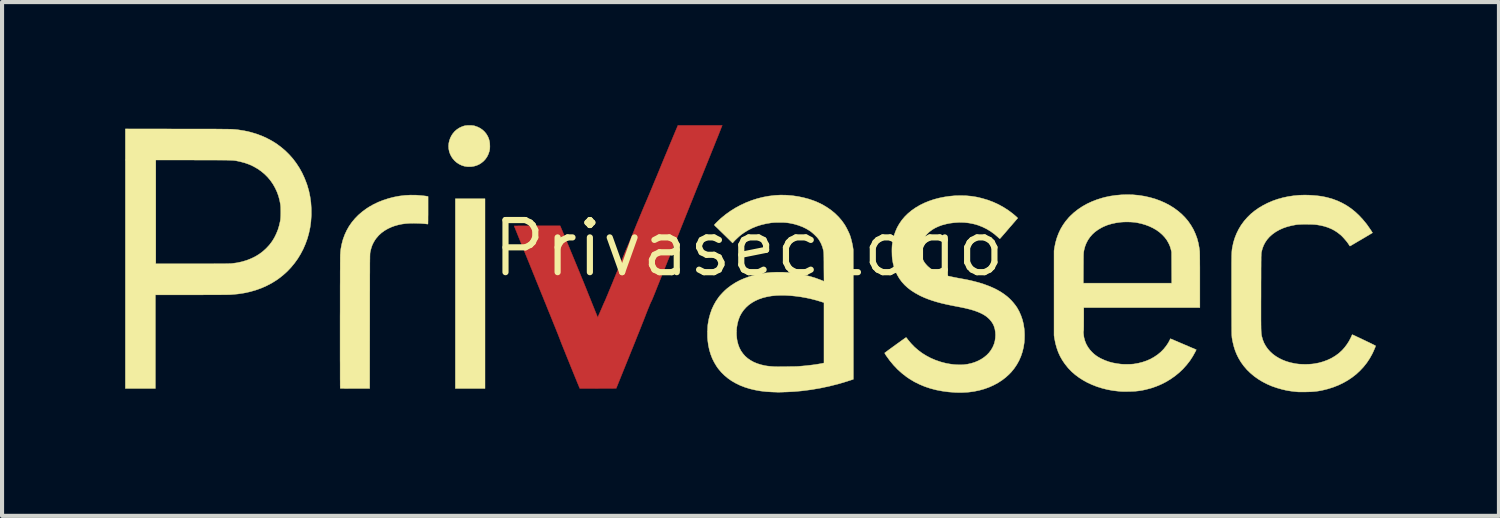
<source format=kicad_pcb>
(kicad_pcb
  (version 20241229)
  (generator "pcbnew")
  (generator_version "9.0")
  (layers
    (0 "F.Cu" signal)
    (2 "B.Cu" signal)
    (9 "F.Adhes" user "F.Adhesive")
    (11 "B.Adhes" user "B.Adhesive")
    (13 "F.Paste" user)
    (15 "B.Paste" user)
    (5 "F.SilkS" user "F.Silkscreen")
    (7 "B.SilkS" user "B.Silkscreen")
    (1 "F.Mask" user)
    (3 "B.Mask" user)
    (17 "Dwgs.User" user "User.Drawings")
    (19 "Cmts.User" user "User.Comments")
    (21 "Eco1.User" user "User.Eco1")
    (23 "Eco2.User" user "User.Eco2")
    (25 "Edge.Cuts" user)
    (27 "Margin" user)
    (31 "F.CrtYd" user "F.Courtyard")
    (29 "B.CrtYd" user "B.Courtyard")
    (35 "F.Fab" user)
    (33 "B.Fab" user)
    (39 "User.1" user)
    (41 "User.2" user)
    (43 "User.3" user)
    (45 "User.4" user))
  (footprint "PrivasecLogo"
    (layer "F.Cu")
    (at 15.194 3.002)
    (property "Reference" "PrivasecLogo" (at 0 0 0) (layer "F.SilkS") (effects (font (size 1.27 1.27) (thickness 0.15))))
    (attr through_hole)
    (fp_poly (pts (xy -0.655 -2.973) (xy -0.672 -2.931) (xy -0.692 -2.88) (xy -0.715 -2.822) (xy -0.74 -2.758) (xy -0.768 -2.689) (xy -0.798 -2.615) (xy -0.829 -2.538) (xy -0.86 -2.459) (xy -0.893 -2.379) (xy -0.925 -2.299) (xy -0.957 -2.22) (xy -0.988 -2.143) (xy -1.018 -2.069) (xy -1.046 -2) (xy -1.072 -1.935) (xy -1.096 -1.876) (xy -1.116 -1.825) (xy -1.12 -1.816) (xy -1.204 -1.61) (xy -1.284 -1.414) (xy -1.359 -1.226) (xy -1.431 -1.048) (xy -1.499 -0.879) (xy -1.563 -0.719) (xy -1.608 -0.607) (xy -1.625 -0.565) (xy -1.645 -0.515) (xy -1.668 -0.457) (xy -1.693 -0.393) (xy -1.721 -0.323) (xy -1.751 -0.248) (xy -1.783 -0.17) (xy -1.815 -0.089) (xy -1.849 -0.005) (xy -1.883 0.079) (xy -1.916 0.163) (xy -1.95 0.246) (xy -1.971 0.297) (xy -2.003 0.377) (xy -2.035 0.456) (xy -2.066 0.535) (xy -2.097 0.612) (xy -2.127 0.686) (xy -2.156 0.757) (xy -2.183 0.825) (xy -2.208 0.887) (xy -2.231 0.944) (xy -2.251 0.994) (xy -2.268 1.038) (xy -2.282 1.073) (xy -2.292 1.097) (xy -2.308 1.138) (xy -2.323 1.175) (xy -2.337 1.208) (xy -2.349 1.236) (xy -2.358 1.258) (xy -2.364 1.273) (xy -2.368 1.28) (xy -2.368 1.28) (xy -2.372 1.287) (xy -2.379 1.301) (xy -2.39 1.324) (xy -2.403 1.354) (xy -2.418 1.389) (xy -2.434 1.43) (xy -2.453 1.474) (xy -2.472 1.523) (xy -2.492 1.573) (xy -2.512 1.625) (xy -2.524 1.656) (xy -2.535 1.684) (xy -2.549 1.72) (xy -2.566 1.764) (xy -2.587 1.816) (xy -2.61 1.874) (xy -2.635 1.938) (xy -2.663 2.008) (xy -2.693 2.083) (xy -2.725 2.161) (xy -2.757 2.243) (xy -2.791 2.327) (xy -2.826 2.414) (xy -2.862 2.502) (xy -2.897 2.59) (xy -2.915 2.634) (xy -3.229 3.411) (xy -3.672 3.413) (xy -4.115 3.414) (xy -4.125 3.392) (xy -4.132 3.375) (xy -4.143 3.348) (xy -4.157 3.314) (xy -4.174 3.274) (xy -4.193 3.227) (xy -4.215 3.174) (xy -4.238 3.117) (xy -4.263 3.057) (xy -4.288 2.994) (xy -4.315 2.928) (xy -4.342 2.861) (xy -4.369 2.794) (xy -4.396 2.727) (xy -4.423 2.661) (xy -4.449 2.597) (xy -4.473 2.536) (xy -4.496 2.479) (xy -4.518 2.426) (xy -4.537 2.378) (xy -4.554 2.336) (xy -4.568 2.3) (xy -4.579 2.273) (xy -4.586 2.253) (xy -4.587 2.25) (xy -4.595 2.229) (xy -4.604 2.206) (xy -4.614 2.181) (xy -4.624 2.154) (xy -4.636 2.123) (xy -4.649 2.09) (xy -4.664 2.052) (xy -4.681 2.01) (xy -4.7 1.963) (xy -4.721 1.91) (xy -4.745 1.852) (xy -4.771 1.787) (xy -4.8 1.715) (xy -4.832 1.635) (xy -4.868 1.548) (xy -4.907 1.452) (xy -4.945 1.356) (xy -4.961 1.318) (xy -4.98 1.271) (xy -5.002 1.216) (xy -5.027 1.154) (xy -5.055 1.087) (xy -5.084 1.014) (xy -5.115 0.938) (xy -5.147 0.858) (xy -5.181 0.776) (xy -5.214 0.692) (xy -5.249 0.608) (xy -5.282 0.524) (xy -5.314 0.447) (xy -5.346 0.366) (xy -5.379 0.286) (xy -5.411 0.207) (xy -5.443 0.129) (xy -5.473 0.054) (xy -5.502 -0.018) (xy -5.529 -0.086) (xy -5.555 -0.149) (xy -5.578 -0.206) (xy -5.599 -0.257) (xy -5.617 -0.302) (xy -5.632 -0.338) (xy -5.643 -0.366) (xy -5.644 -0.369) (xy -5.66 -0.409) (xy -5.675 -0.445) (xy -5.688 -0.478) (xy -5.699 -0.505) (xy -5.708 -0.526) (xy -5.713 -0.54) (xy -5.715 -0.546) (xy -5.715 -0.546) (xy -5.71 -0.546) (xy -5.696 -0.547) (xy -5.672 -0.547) (xy -5.641 -0.547) (xy -5.601 -0.548) (xy -5.555 -0.548) (xy -5.503 -0.548) (xy -5.445 -0.548) (xy -5.382 -0.548) (xy -5.315 -0.549) (xy -5.244 -0.549) (xy -5.17 -0.549) (xy -5.154 -0.549) (xy -4.594 -0.549) (xy -4.503 -0.331) (xy -4.444 -0.189) (xy -4.388 -0.055) (xy -4.336 0.071) (xy -4.287 0.189) (xy -4.241 0.3) (xy -4.198 0.404) (xy -4.158 0.501) (xy -4.12 0.593) (xy -4.085 0.68) (xy -4.051 0.762) (xy -4.019 0.84) (xy -3.989 0.915) (xy -3.96 0.986) (xy -3.932 1.055) (xy -3.917 1.095) (xy -3.892 1.156) (xy -3.867 1.217) (xy -3.843 1.277) (xy -3.82 1.335) (xy -3.798 1.389) (xy -3.778 1.439) (xy -3.76 1.483) (xy -3.745 1.521) (xy -3.733 1.552) (xy -3.724 1.572) (xy -3.679 1.683) (xy -3.668 1.658) (xy -3.664 1.648) (xy -3.656 1.629) (xy -3.645 1.604) (xy -3.631 1.573) (xy -3.616 1.538) (xy -3.599 1.499) (xy -3.581 1.458) (xy -3.58 1.455) (xy -3.563 1.416) (xy -3.547 1.379) (xy -3.533 1.346) (xy -3.52 1.318) (xy -3.51 1.296) (xy -3.504 1.282) (xy -3.5 1.275) (xy -3.5 1.275) (xy -3.498 1.27) (xy -3.492 1.257) (xy -3.483 1.235) (xy -3.471 1.206) (xy -3.456 1.17) (xy -3.438 1.128) (xy -3.419 1.081) (xy -3.397 1.028) (xy -3.374 0.972) (xy -3.349 0.912) (xy -3.323 0.85) (xy -3.297 0.785) (xy -3.27 0.719) (xy -3.242 0.652) (xy -3.215 0.585) (xy -3.187 0.519) (xy -3.161 0.454) (xy -3.135 0.39) (xy -3.11 0.329) (xy -3.086 0.271) (xy -3.064 0.217) (xy -3.044 0.168) (xy -3.026 0.124) (xy -3.01 0.085) (xy -2.997 0.053) (xy -2.987 0.028) (xy -2.98 0.011) (xy -2.977 0.003) (xy -2.977 0.002) (xy -2.974 -0.004) (xy -2.97 -0.01) (xy -2.967 -0.016) (xy -2.96 -0.03) (xy -2.951 -0.053) (xy -2.938 -0.083) (xy -2.922 -0.119) (xy -2.905 -0.162) (xy -2.885 -0.211) (xy -2.863 -0.264) (xy -2.839 -0.321) (xy -2.814 -0.381) (xy -2.788 -0.444) (xy -2.782 -0.46) (xy -2.754 -0.528) (xy -2.726 -0.598) (xy -2.697 -0.667) (xy -2.669 -0.735) (xy -2.642 -0.801) (xy -2.616 -0.863) (xy -2.592 -0.921) (xy -2.57 -0.973) (xy -2.551 -1.019) (xy -2.535 -1.057) (xy -2.525 -1.079) (xy -2.513 -1.106) (xy -2.499 -1.141) (xy -2.48 -1.184) (xy -2.459 -1.234) (xy -2.436 -1.29) (xy -2.409 -1.353) (xy -2.381 -1.42) (xy -2.351 -1.492) (xy -2.32 -1.567) (xy -2.288 -1.645) (xy -2.254 -1.726) (xy -2.22 -1.807) (xy -2.186 -1.89) (xy -2.168 -1.933) (xy -2.134 -2.016) (xy -2.1 -2.099) (xy -2.066 -2.181) (xy -2.033 -2.261) (xy -2 -2.339) (xy -1.969 -2.414) (xy -1.94 -2.485) (xy -1.912 -2.552) (xy -1.886 -2.613) (xy -1.863 -2.668) (xy -1.843 -2.717) (xy -1.826 -2.758) (xy -1.812 -2.79) (xy -1.807 -2.803) (xy -1.725 -2.997) (xy -1.185 -2.997) (xy -0.645 -2.997) (xy -0.655 -2.973)) (stroke (width 0.01) (type solid)) (fill yes) (layer "F.Cu"))
    (fp_poly (pts (xy -0.655 -2.973) (xy -0.672 -2.931) (xy -0.692 -2.88) (xy -0.715 -2.822) (xy -0.74 -2.758) (xy -0.768 -2.689) (xy -0.798 -2.615) (xy -0.829 -2.538) (xy -0.86 -2.459) (xy -0.893 -2.379) (xy -0.925 -2.299) (xy -0.957 -2.22) (xy -0.988 -2.143) (xy -1.018 -2.069) (xy -1.046 -2) (xy -1.072 -1.935) (xy -1.096 -1.876) (xy -1.116 -1.825) (xy -1.12 -1.816) (xy -1.204 -1.61) (xy -1.284 -1.414) (xy -1.359 -1.226) (xy -1.431 -1.048) (xy -1.499 -0.879) (xy -1.563 -0.719) (xy -1.608 -0.607) (xy -1.625 -0.565) (xy -1.645 -0.515) (xy -1.668 -0.457) (xy -1.693 -0.393) (xy -1.721 -0.323) (xy -1.751 -0.248) (xy -1.783 -0.17) (xy -1.815 -0.089) (xy -1.849 -0.005) (xy -1.883 0.079) (xy -1.916 0.163) (xy -1.95 0.246) (xy -1.971 0.297) (xy -2.003 0.377) (xy -2.035 0.456) (xy -2.066 0.535) (xy -2.097 0.612) (xy -2.127 0.686) (xy -2.156 0.757) (xy -2.183 0.825) (xy -2.208 0.887) (xy -2.231 0.944) (xy -2.251 0.994) (xy -2.268 1.038) (xy -2.282 1.073) (xy -2.292 1.097) (xy -2.308 1.138) (xy -2.323 1.175) (xy -2.337 1.208) (xy -2.349 1.236) (xy -2.358 1.258) (xy -2.364 1.273) (xy -2.368 1.28) (xy -2.368 1.28) (xy -2.372 1.287) (xy -2.379 1.301) (xy -2.39 1.324) (xy -2.403 1.354) (xy -2.418 1.389) (xy -2.434 1.43) (xy -2.453 1.474) (xy -2.472 1.523) (xy -2.492 1.573) (xy -2.512 1.625) (xy -2.524 1.656) (xy -2.535 1.684) (xy -2.549 1.72) (xy -2.566 1.764) (xy -2.587 1.816) (xy -2.61 1.874) (xy -2.635 1.938) (xy -2.663 2.008) (xy -2.693 2.083) (xy -2.725 2.161) (xy -2.757 2.243) (xy -2.791 2.327) (xy -2.826 2.414) (xy -2.862 2.502) (xy -2.897 2.59) (xy -2.915 2.634) (xy -3.229 3.411) (xy -3.672 3.413) (xy -4.115 3.414) (xy -4.125 3.392) (xy -4.132 3.375) (xy -4.143 3.348) (xy -4.157 3.314) (xy -4.174 3.274) (xy -4.193 3.227) (xy -4.215 3.174) (xy -4.238 3.117) (xy -4.263 3.057) (xy -4.288 2.994) (xy -4.315 2.928) (xy -4.342 2.861) (xy -4.369 2.794) (xy -4.396 2.727) (xy -4.423 2.661) (xy -4.449 2.597) (xy -4.473 2.536) (xy -4.496 2.479) (xy -4.518 2.426) (xy -4.537 2.378) (xy -4.554 2.336) (xy -4.568 2.3) (xy -4.579 2.273) (xy -4.586 2.253) (xy -4.587 2.25) (xy -4.595 2.229) (xy -4.604 2.206) (xy -4.614 2.181) (xy -4.624 2.154) (xy -4.636 2.123) (xy -4.649 2.09) (xy -4.664 2.052) (xy -4.681 2.01) (xy -4.7 1.963) (xy -4.721 1.91) (xy -4.745 1.852) (xy -4.771 1.787) (xy -4.8 1.715) (xy -4.832 1.635) (xy -4.868 1.548) (xy -4.907 1.452) (xy -4.945 1.356) (xy -4.961 1.318) (xy -4.98 1.271) (xy -5.002 1.216) (xy -5.027 1.154) (xy -5.055 1.087) (xy -5.084 1.014) (xy -5.115 0.938) (xy -5.147 0.858) (xy -5.181 0.776) (xy -5.214 0.692) (xy -5.249 0.608) (xy -5.282 0.524) (xy -5.314 0.447) (xy -5.346 0.366) (xy -5.379 0.286) (xy -5.411 0.207) (xy -5.443 0.129) (xy -5.473 0.054) (xy -5.502 -0.018) (xy -5.529 -0.086) (xy -5.555 -0.149) (xy -5.578 -0.206) (xy -5.599 -0.257) (xy -5.617 -0.302) (xy -5.632 -0.338) (xy -5.643 -0.366) (xy -5.644 -0.369) (xy -5.66 -0.409) (xy -5.675 -0.445) (xy -5.688 -0.478) (xy -5.699 -0.505) (xy -5.708 -0.526) (xy -5.713 -0.54) (xy -5.715 -0.546) (xy -5.715 -0.546) (xy -5.71 -0.546) (xy -5.696 -0.547) (xy -5.672 -0.547) (xy -5.641 -0.547) (xy -5.601 -0.548) (xy -5.555 -0.548) (xy -5.503 -0.548) (xy -5.445 -0.548) (xy -5.382 -0.548) (xy -5.315 -0.549) (xy -5.244 -0.549) (xy -5.17 -0.549) (xy -5.154 -0.549) (xy -4.594 -0.549) (xy -4.503 -0.331) (xy -4.444 -0.189) (xy -4.388 -0.055) (xy -4.336 0.071) (xy -4.287 0.189) (xy -4.241 0.3) (xy -4.198 0.404) (xy -4.158 0.501) (xy -4.12 0.593) (xy -4.085 0.68) (xy -4.051 0.762) (xy -4.019 0.84) (xy -3.989 0.915) (xy -3.96 0.986) (xy -3.932 1.055) (xy -3.917 1.095) (xy -3.892 1.156) (xy -3.867 1.217) (xy -3.843 1.277) (xy -3.82 1.335) (xy -3.798 1.389) (xy -3.778 1.439) (xy -3.76 1.483) (xy -3.745 1.521) (xy -3.733 1.552) (xy -3.724 1.572) (xy -3.679 1.683) (xy -3.668 1.658) (xy -3.664 1.648) (xy -3.656 1.629) (xy -3.645 1.604) (xy -3.631 1.573) (xy -3.616 1.538) (xy -3.599 1.499) (xy -3.581 1.458) (xy -3.58 1.455) (xy -3.563 1.416) (xy -3.547 1.379) (xy -3.533 1.346) (xy -3.52 1.318) (xy -3.51 1.296) (xy -3.504 1.282) (xy -3.5 1.275) (xy -3.5 1.275) (xy -3.498 1.27) (xy -3.492 1.257) (xy -3.483 1.235) (xy -3.471 1.206) (xy -3.456 1.17) (xy -3.438 1.128) (xy -3.419 1.081) (xy -3.397 1.028) (xy -3.374 0.972) (xy -3.349 0.912) (xy -3.323 0.85) (xy -3.297 0.785) (xy -3.27 0.719) (xy -3.242 0.652) (xy -3.215 0.585) (xy -3.187 0.519) (xy -3.161 0.454) (xy -3.135 0.39) (xy -3.11 0.329) (xy -3.086 0.271) (xy -3.064 0.217) (xy -3.044 0.168) (xy -3.026 0.124) (xy -3.01 0.085) (xy -2.997 0.053) (xy -2.987 0.028) (xy -2.98 0.011) (xy -2.977 0.003) (xy -2.977 0.002) (xy -2.974 -0.004) (xy -2.97 -0.01) (xy -2.967 -0.016) (xy -2.96 -0.03) (xy -2.951 -0.053) (xy -2.938 -0.083) (xy -2.922 -0.119) (xy -2.905 -0.162) (xy -2.885 -0.211) (xy -2.863 -0.264) (xy -2.839 -0.321) (xy -2.814 -0.381) (xy -2.788 -0.444) (xy -2.782 -0.46) (xy -2.754 -0.528) (xy -2.726 -0.598) (xy -2.697 -0.667) (xy -2.669 -0.735) (xy -2.642 -0.801) (xy -2.616 -0.863) (xy -2.592 -0.921) (xy -2.57 -0.973) (xy -2.551 -1.019) (xy -2.535 -1.057) (xy -2.525 -1.079) (xy -2.513 -1.106) (xy -2.499 -1.141) (xy -2.48 -1.184) (xy -2.459 -1.234) (xy -2.436 -1.29) (xy -2.409 -1.353) (xy -2.381 -1.42) (xy -2.351 -1.492) (xy -2.32 -1.567) (xy -2.288 -1.645) (xy -2.254 -1.726) (xy -2.22 -1.807) (xy -2.186 -1.89) (xy -2.168 -1.933) (xy -2.134 -2.016) (xy -2.1 -2.099) (xy -2.066 -2.181) (xy -2.033 -2.261) (xy -2 -2.339) (xy -1.969 -2.414) (xy -1.94 -2.485) (xy -1.912 -2.552) (xy -1.886 -2.613) (xy -1.863 -2.668) (xy -1.843 -2.717) (xy -1.826 -2.758) (xy -1.812 -2.79) (xy -1.807 -2.803) (xy -1.725 -2.997) (xy -1.185 -2.997) (xy -0.645 -2.997) (xy -0.655 -2.973)) (stroke (width 0.01) (type solid)) (fill yes) (layer "F.Mask"))
    (fp_poly (pts (xy -6.426 3.414) (xy -7.148 3.414) (xy -7.148 -1.209) (xy -6.426 -1.209) (xy -6.426 3.414)) (stroke (width 0.01) (type solid)) (fill yes) (layer "F.SilkS"))
    (fp_poly (pts (xy -6.775 -2.994) (xy -6.749 -2.994) (xy -6.728 -2.993) (xy -6.711 -2.991) (xy -6.695 -2.988) (xy -6.678 -2.984) (xy -6.675 -2.983) (xy -6.607 -2.959) (xy -6.544 -2.928) (xy -6.487 -2.888) (xy -6.437 -2.842) (xy -6.394 -2.789) (xy -6.359 -2.73) (xy -6.34 -2.687) (xy -6.326 -2.645) (xy -6.316 -2.604) (xy -6.31 -2.56) (xy -6.308 -2.512) (xy -6.307 -2.489) (xy -6.308 -2.457) (xy -6.309 -2.431) (xy -6.312 -2.409) (xy -6.316 -2.388) (xy -6.321 -2.365) (xy -6.344 -2.297) (xy -6.375 -2.234) (xy -6.413 -2.178) (xy -6.458 -2.128) (xy -6.51 -2.085) (xy -6.566 -2.049) (xy -6.628 -2.021) (xy -6.693 -2.002) (xy -6.763 -1.991) (xy -6.835 -1.99) (xy -6.863 -1.992) (xy -6.931 -2.003) (xy -6.996 -2.024) (xy -7.058 -2.054) (xy -7.116 -2.092) (xy -7.168 -2.138) (xy -7.213 -2.19) (xy -7.242 -2.233) (xy -7.274 -2.295) (xy -7.297 -2.36) (xy -7.31 -2.427) (xy -7.314 -2.494) (xy -7.308 -2.562) (xy -7.293 -2.629) (xy -7.269 -2.695) (xy -7.236 -2.758) (xy -7.208 -2.799) (xy -7.164 -2.851) (xy -7.112 -2.896) (xy -7.053 -2.935) (xy -6.989 -2.965) (xy -6.947 -2.98) (xy -6.929 -2.985) (xy -6.914 -2.989) (xy -6.899 -2.991) (xy -6.882 -2.993) (xy -6.86 -2.994) (xy -6.832 -2.994) (xy -6.81 -2.994) (xy -6.775 -2.994)) (stroke (width 0.01) (type solid)) (fill yes) (layer "F.SilkS"))
    (fp_poly (pts (xy -8.111 -1.297) (xy -8.092 -1.296) (xy -8.058 -1.293) (xy -8.02 -1.29) (xy -7.981 -1.287) (xy -7.942 -1.283) (xy -7.906 -1.279) (xy -7.873 -1.275) (xy -7.847 -1.271) (xy -7.829 -1.268) (xy -7.825 -1.267) (xy -7.813 -1.264) (xy -7.813 -0.929) (xy -7.813 -0.872) (xy -7.813 -0.818) (xy -7.814 -0.767) (xy -7.814 -0.722) (xy -7.814 -0.681) (xy -7.815 -0.648) (xy -7.815 -0.621) (xy -7.816 -0.603) (xy -7.817 -0.594) (xy -7.817 -0.593) (xy -7.823 -0.592) (xy -7.837 -0.593) (xy -7.857 -0.596) (xy -7.867 -0.597) (xy -7.885 -0.599) (xy -7.911 -0.602) (xy -7.943 -0.604) (xy -7.979 -0.607) (xy -8.017 -0.609) (xy -8.043 -0.61) (xy -8.157 -0.613) (xy -8.263 -0.611) (xy -8.362 -0.604) (xy -8.455 -0.591) (xy -8.543 -0.572) (xy -8.628 -0.548) (xy -8.705 -0.52) (xy -8.794 -0.479) (xy -8.876 -0.431) (xy -8.95 -0.377) (xy -9.016 -0.316) (xy -9.075 -0.248) (xy -9.107 -0.203) (xy -9.144 -0.141) (xy -9.175 -0.076) (xy -9.199 -0.005) (xy -9.219 0.072) (xy -9.224 0.098) (xy -9.225 0.103) (xy -9.226 0.108) (xy -9.226 0.115) (xy -9.227 0.123) (xy -9.228 0.133) (xy -9.228 0.146) (xy -9.229 0.16) (xy -9.229 0.178) (xy -9.23 0.198) (xy -9.23 0.222) (xy -9.23 0.25) (xy -9.231 0.282) (xy -9.231 0.319) (xy -9.232 0.36) (xy -9.232 0.407) (xy -9.232 0.459) (xy -9.232 0.517) (xy -9.232 0.581) (xy -9.233 0.651) (xy -9.233 0.728) (xy -9.233 0.813) (xy -9.233 0.905) (xy -9.233 1.005) (xy -9.234 1.112) (xy -9.234 1.229) (xy -9.234 1.354) (xy -9.234 1.489) (xy -9.234 1.633) (xy -9.234 1.779) (xy -9.236 3.414) (xy -9.593 3.414) (xy -9.652 3.414) (xy -9.708 3.414) (xy -9.761 3.413) (xy -9.809 3.413) (xy -9.851 3.413) (xy -9.888 3.412) (xy -9.917 3.412) (xy -9.938 3.411) (xy -9.95 3.411) (xy -9.953 3.41) (xy -9.954 3.405) (xy -9.954 3.39) (xy -9.954 3.366) (xy -9.955 3.332) (xy -9.955 3.291) (xy -9.955 3.242) (xy -9.956 3.185) (xy -9.956 3.122) (xy -9.956 3.052) (xy -9.956 2.976) (xy -9.956 2.895) (xy -9.956 2.808) (xy -9.957 2.717) (xy -9.957 2.622) (xy -9.957 2.523) (xy -9.957 2.421) (xy -9.957 2.316) (xy -9.957 2.209) (xy -9.957 2.1) (xy -9.957 1.99) (xy -9.957 1.879) (xy -9.957 1.768) (xy -9.957 1.657) (xy -9.956 1.546) (xy -9.956 1.436) (xy -9.956 1.328) (xy -9.956 1.221) (xy -9.956 1.117) (xy -9.956 1.016) (xy -9.956 0.918) (xy -9.955 0.824) (xy -9.955 0.735) (xy -9.955 0.65) (xy -9.955 0.57) (xy -9.954 0.495) (xy -9.954 0.427) (xy -9.954 0.366) (xy -9.953 0.311) (xy -9.953 0.264) (xy -9.953 0.225) (xy -9.952 0.194) (xy -9.952 0.173) (xy -9.952 0.16) (xy -9.952 0.16) (xy -9.949 0.126) (xy -9.947 0.09) (xy -9.944 0.057) (xy -9.94 0.029) (xy -9.939 0.015) (xy -9.916 -0.105) (xy -9.885 -0.221) (xy -9.844 -0.332) (xy -9.795 -0.438) (xy -9.737 -0.54) (xy -9.67 -0.636) (xy -9.594 -0.727) (xy -9.511 -0.812) (xy -9.418 -0.892) (xy -9.318 -0.966) (xy -9.252 -1.009) (xy -9.141 -1.072) (xy -9.023 -1.128) (xy -8.9 -1.176) (xy -8.773 -1.217) (xy -8.643 -1.25) (xy -8.51 -1.275) (xy -8.377 -1.291) (xy -8.243 -1.298) (xy -8.111 -1.297)) (stroke (width 0.01) (type solid)) (fill yes) (layer "F.SilkS"))
    (fp_poly (pts (xy -13.9 -2.909) (xy -13.764 -2.909) (xy -13.638 -2.909) (xy -13.52 -2.909) (xy -13.412 -2.909) (xy -13.313 -2.908) (xy -13.221 -2.908) (xy -13.137 -2.908) (xy -13.061 -2.908) (xy -12.991 -2.908) (xy -12.928 -2.907) (xy -12.871 -2.907) (xy -12.82 -2.906) (xy -12.774 -2.906) (xy -12.732 -2.905) (xy -12.696 -2.905) (xy -12.663 -2.904) (xy -12.634 -2.903) (xy -12.608 -2.903) (xy -12.585 -2.902) (xy -12.564 -2.901) (xy -12.545 -2.899) (xy -12.528 -2.898) (xy -12.512 -2.897) (xy -12.497 -2.895) (xy -12.482 -2.894) (xy -12.467 -2.892) (xy -12.452 -2.89) (xy -12.436 -2.888) (xy -12.433 -2.888) (xy -12.285 -2.864) (xy -12.141 -2.832) (xy -12.003 -2.791) (xy -11.87 -2.742) (xy -11.743 -2.685) (xy -11.621 -2.62) (xy -11.505 -2.548) (xy -11.396 -2.467) (xy -11.293 -2.38) (xy -11.197 -2.285) (xy -11.107 -2.184) (xy -11.025 -2.075) (xy -10.95 -1.96) (xy -10.882 -1.838) (xy -10.823 -1.71) (xy -10.771 -1.576) (xy -10.757 -1.535) (xy -10.718 -1.4) (xy -10.689 -1.261) (xy -10.669 -1.12) (xy -10.659 -0.975) (xy -10.658 -0.826) (xy -10.659 -0.791) (xy -10.669 -0.649) (xy -10.688 -0.51) (xy -10.717 -0.373) (xy -10.754 -0.24) (xy -10.801 -0.11) (xy -10.855 0.015) (xy -10.918 0.135) (xy -10.988 0.25) (xy -11.067 0.36) (xy -11.153 0.464) (xy -11.246 0.562) (xy -11.346 0.652) (xy -11.453 0.736) (xy -11.509 0.775) (xy -11.627 0.848) (xy -11.751 0.913) (xy -11.879 0.969) (xy -12.013 1.017) (xy -12.152 1.057) (xy -12.296 1.088) (xy -12.446 1.111) (xy -12.602 1.125) (xy -12.642 1.128) (xy -12.659 1.128) (xy -12.685 1.129) (xy -12.721 1.129) (xy -12.765 1.13) (xy -12.818 1.13) (xy -12.879 1.131) (xy -12.946 1.131) (xy -13.02 1.132) (xy -13.101 1.132) (xy -13.187 1.132) (xy -13.279 1.132) (xy -13.375 1.133) (xy -13.476 1.133) (xy -13.58 1.133) (xy -13.598 1.133) (xy -14.458 1.133) (xy -14.458 3.414) (xy -15.189 3.414) (xy -15.189 0.376) (xy -14.448 0.376) (xy -13.555 0.376) (xy -13.44 0.376) (xy -13.335 0.376) (xy -13.239 0.376) (xy -13.152 0.376) (xy -13.073 0.376) (xy -13.003 0.375) (xy -12.939 0.375) (xy -12.883 0.375) (xy -12.833 0.375) (xy -12.789 0.374) (xy -12.751 0.374) (xy -12.717 0.373) (xy -12.689 0.373) (xy -12.664 0.372) (xy -12.644 0.372) (xy -12.627 0.371) (xy -12.612 0.37) (xy -12.6 0.369) (xy -12.591 0.368) (xy -12.465 0.351) (xy -12.346 0.325) (xy -12.233 0.291) (xy -12.126 0.249) (xy -12.025 0.2) (xy -11.93 0.142) (xy -11.842 0.077) (xy -11.76 0.003) (xy -11.684 -0.078) (xy -11.669 -0.097) (xy -11.61 -0.176) (xy -11.557 -0.263) (xy -11.511 -0.357) (xy -11.471 -0.455) (xy -11.44 -0.558) (xy -11.416 -0.664) (xy -11.411 -0.692) (xy -11.408 -0.724) (xy -11.405 -0.763) (xy -11.403 -0.808) (xy -11.402 -0.857) (xy -11.402 -0.907) (xy -11.403 -0.955) (xy -11.404 -1.001) (xy -11.407 -1.041) (xy -11.411 -1.073) (xy -11.411 -1.075) (xy -11.432 -1.18) (xy -11.459 -1.28) (xy -11.494 -1.375) (xy -11.537 -1.468) (xy -11.591 -1.564) (xy -11.653 -1.653) (xy -11.722 -1.736) (xy -11.799 -1.812) (xy -11.882 -1.881) (xy -11.972 -1.943) (xy -12.068 -1.998) (xy -12.17 -2.045) (xy -12.277 -2.083) (xy -12.389 -2.113) (xy -12.421 -2.12) (xy -12.438 -2.124) (xy -12.455 -2.127) (xy -12.47 -2.13) (xy -12.484 -2.133) (xy -12.498 -2.136) (xy -12.513 -2.138) (xy -12.528 -2.14) (xy -12.545 -2.142) (xy -12.563 -2.144) (xy -12.583 -2.145) (xy -12.607 -2.146) (xy -12.633 -2.147) (xy -12.663 -2.148) (xy -12.698 -2.149) (xy -12.737 -2.15) (xy -12.781 -2.15) (xy -12.831 -2.151) (xy -12.887 -2.151) (xy -12.95 -2.151) (xy -13.019 -2.152) (xy -13.097 -2.152) (xy -13.182 -2.152) (xy -13.276 -2.152) (xy -13.379 -2.152) (xy -13.492 -2.152) (xy -13.524 -2.153) (xy -14.448 -2.154) (xy -14.448 0.376) (xy -15.189 0.376) (xy -15.189 -2.911) (xy -13.9 -2.909)) (stroke (width 0.01) (type solid)) (fill yes) (layer "F.SilkS"))
    (fp_poly (pts (xy 9.358 -1.306) (xy 9.491 -1.294) (xy 9.507 -1.292) (xy 9.643 -1.271) (xy 9.775 -1.241) (xy 9.903 -1.205) (xy 10.025 -1.16) (xy 10.142 -1.109) (xy 10.253 -1.051) (xy 10.358 -0.986) (xy 10.455 -0.915) (xy 10.546 -0.838) (xy 10.629 -0.755) (xy 10.704 -0.667) (xy 10.709 -0.66) (xy 10.776 -0.563) (xy 10.835 -0.462) (xy 10.884 -0.355) (xy 10.925 -0.245) (xy 10.956 -0.129) (xy 10.978 -0.009) (xy 10.988 0.068) (xy 10.989 0.083) (xy 10.989 0.107) (xy 10.99 0.142) (xy 10.991 0.186) (xy 10.991 0.239) (xy 10.992 0.301) (xy 10.992 0.373) (xy 10.993 0.454) (xy 10.993 0.543) (xy 10.993 0.641) (xy 10.993 0.747) (xy 10.993 0.783) (xy 10.993 1.443) (xy 8.164 1.443) (xy 8.164 1.729) (xy 8.163 1.796) (xy 8.163 1.854) (xy 8.163 1.902) (xy 8.162 1.941) (xy 8.162 1.972) (xy 8.161 1.994) (xy 8.16 2.009) (xy 8.159 2.017) (xy 8.158 2.018) (xy 8.156 2.023) (xy 8.155 2.037) (xy 8.156 2.057) (xy 8.158 2.081) (xy 8.161 2.108) (xy 8.164 2.135) (xy 8.168 2.16) (xy 8.171 2.177) (xy 8.193 2.257) (xy 8.224 2.333) (xy 8.264 2.404) (xy 8.313 2.471) (xy 8.364 2.527) (xy 8.409 2.57) (xy 8.455 2.607) (xy 8.503 2.64) (xy 8.557 2.671) (xy 8.593 2.69) (xy 8.683 2.73) (xy 8.777 2.764) (xy 8.876 2.79) (xy 8.982 2.809) (xy 9.065 2.82) (xy 9.104 2.823) (xy 9.15 2.825) (xy 9.199 2.825) (xy 9.249 2.825) (xy 9.298 2.824) (xy 9.342 2.821) (xy 9.38 2.818) (xy 9.388 2.817) (xy 9.496 2.798) (xy 9.6 2.771) (xy 9.7 2.737) (xy 9.794 2.695) (xy 9.882 2.645) (xy 9.965 2.589) (xy 10.041 2.526) (xy 10.109 2.457) (xy 10.17 2.382) (xy 10.224 2.302) (xy 10.253 2.247) (xy 10.276 2.201) (xy 10.591 2.335) (xy 10.906 2.47) (xy 10.883 2.517) (xy 10.82 2.63) (xy 10.75 2.738) (xy 10.671 2.839) (xy 10.585 2.935) (xy 10.492 3.024) (xy 10.392 3.106) (xy 10.286 3.181) (xy 10.175 3.249) (xy 10.057 3.309) (xy 9.935 3.361) (xy 9.808 3.405) (xy 9.676 3.44) (xy 9.622 3.452) (xy 9.568 3.462) (xy 9.518 3.47) (xy 9.469 3.476) (xy 9.42 3.481) (xy 9.368 3.484) (xy 9.31 3.486) (xy 9.251 3.487) (xy 9.212 3.488) (xy 9.175 3.488) (xy 9.142 3.488) (xy 9.115 3.488) (xy 9.094 3.487) (xy 9.082 3.487) (xy 9.081 3.487) (xy 9.067 3.486) (xy 9.047 3.484) (xy 9.022 3.481) (xy 9.002 3.48) (xy 8.869 3.464) (xy 8.739 3.44) (xy 8.612 3.408) (xy 8.489 3.37) (xy 8.371 3.324) (xy 8.257 3.272) (xy 8.15 3.213) (xy 8.048 3.148) (xy 7.954 3.078) (xy 7.867 3.002) (xy 7.788 2.92) (xy 7.778 2.908) (xy 7.706 2.818) (xy 7.643 2.726) (xy 7.589 2.631) (xy 7.543 2.531) (xy 7.506 2.426) (xy 7.475 2.315) (xy 7.452 2.198) (xy 7.451 2.192) (xy 7.44 2.121) (xy 7.44 0.848) (xy 8.153 0.848) (xy 10.308 0.848) (xy 10.304 0.089) (xy 10.291 0.036) (xy 10.278 -0.012) (xy 10.264 -0.054) (xy 10.246 -0.096) (xy 10.231 -0.127) (xy 10.189 -0.201) (xy 10.137 -0.27) (xy 10.077 -0.334) (xy 10.01 -0.393) (xy 9.935 -0.447) (xy 9.852 -0.495) (xy 9.764 -0.537) (xy 9.669 -0.573) (xy 9.568 -0.603) (xy 9.462 -0.626) (xy 9.423 -0.633) (xy 9.387 -0.637) (xy 9.342 -0.64) (xy 9.292 -0.643) (xy 9.24 -0.644) (xy 9.187 -0.644) (xy 9.137 -0.643) (xy 9.091 -0.64) (xy 9.063 -0.638) (xy 8.949 -0.622) (xy 8.843 -0.599) (xy 8.742 -0.569) (xy 8.649 -0.531) (xy 8.597 -0.505) (xy 8.514 -0.456) (xy 8.439 -0.402) (xy 8.373 -0.342) (xy 8.316 -0.276) (xy 8.267 -0.205) (xy 8.226 -0.128) (xy 8.194 -0.046) (xy 8.171 0.041) (xy 8.168 0.058) (xy 8.166 0.07) (xy 8.164 0.081) (xy 8.162 0.092) (xy 8.161 0.106) (xy 8.16 0.121) (xy 8.159 0.14) (xy 8.158 0.163) (xy 8.157 0.19) (xy 8.157 0.223) (xy 8.156 0.262) (xy 8.156 0.308) (xy 8.156 0.362) (xy 8.155 0.425) (xy 8.155 0.481) (xy 8.153 0.848) (xy 7.44 0.848) (xy 7.44 0.058) (xy 7.451 -0.015) (xy 7.475 -0.136) (xy 7.508 -0.252) (xy 7.549 -0.362) (xy 7.598 -0.467) (xy 7.657 -0.567) (xy 7.723 -0.661) (xy 7.799 -0.751) (xy 7.838 -0.791) (xy 7.927 -0.874) (xy 8.024 -0.95) (xy 8.129 -1.02) (xy 8.24 -1.083) (xy 8.358 -1.138) (xy 8.483 -1.187) (xy 8.614 -1.228) (xy 8.686 -1.247) (xy 8.815 -1.274) (xy 8.948 -1.293) (xy 9.085 -1.305) (xy 9.222 -1.309) (xy 9.358 -1.306)) (stroke (width 0.01) (type solid)) (fill yes) (layer "F.SilkS"))
    (fp_poly (pts (xy 0.916 -1.296) (xy 0.922 -1.296) (xy 1.065 -1.284) (xy 1.203 -1.264) (xy 1.336 -1.236) (xy 1.464 -1.202) (xy 1.587 -1.16) (xy 1.704 -1.111) (xy 1.815 -1.055) (xy 1.919 -0.992) (xy 2.017 -0.923) (xy 2.107 -0.848) (xy 2.19 -0.766) (xy 2.266 -0.678) (xy 2.333 -0.584) (xy 2.353 -0.551) (xy 2.376 -0.511) (xy 2.399 -0.467) (xy 2.421 -0.422) (xy 2.442 -0.378) (xy 2.459 -0.338) (xy 2.467 -0.318) (xy 2.48 -0.277) (xy 2.494 -0.23) (xy 2.507 -0.178) (xy 2.52 -0.125) (xy 2.53 -0.074) (xy 2.536 -0.043) (xy 2.547 0.028) (xy 2.549 1.609) (xy 2.55 3.19) (xy 2.442 3.225) (xy 2.214 3.295) (xy 1.983 3.354) (xy 1.751 3.404) (xy 1.517 3.444) (xy 1.281 3.474) (xy 1.099 3.49) (xy 1.073 3.491) (xy 1.04 3.493) (xy 1.003 3.495) (xy 0.961 3.497) (xy 0.918 3.499) (xy 0.875 3.5) (xy 0.833 3.502) (xy 0.793 3.503) (xy 0.759 3.504) (xy 0.731 3.504) (xy 0.711 3.504) (xy 0.706 3.504) (xy 0.692 3.504) (xy 0.671 3.503) (xy 0.643 3.502) (xy 0.611 3.501) (xy 0.577 3.5) (xy 0.572 3.5) (xy 0.427 3.491) (xy 0.288 3.475) (xy 0.155 3.451) (xy 0.028 3.421) (xy -0.092 3.384) (xy -0.206 3.34) (xy -0.313 3.288) (xy -0.413 3.231) (xy -0.506 3.166) (xy -0.591 3.095) (xy -0.669 3.018) (xy -0.74 2.934) (xy -0.785 2.87) (xy -0.84 2.778) (xy -0.888 2.682) (xy -0.927 2.58) (xy -0.959 2.474) (xy -0.983 2.361) (xy -0.999 2.241) (xy -1.001 2.218) (xy -1.004 2.181) (xy -1.005 2.136) (xy -1.005 2.087) (xy -1.005 2.035) (xy -1.004 2.021) (xy -0.298 2.021) (xy -0.297 2.114) (xy -0.288 2.206) (xy -0.279 2.258) (xy -0.257 2.343) (xy -0.227 2.423) (xy -0.189 2.496) (xy -0.142 2.563) (xy -0.088 2.625) (xy -0.026 2.68) (xy 0.044 2.728) (xy 0.121 2.771) (xy 0.206 2.806) (xy 0.298 2.835) (xy 0.397 2.858) (xy 0.409 2.86) (xy 0.447 2.866) (xy 0.493 2.871) (xy 0.542 2.876) (xy 0.593 2.88) (xy 0.622 2.882) (xy 0.639 2.883) (xy 0.665 2.883) (xy 0.698 2.884) (xy 0.738 2.884) (xy 0.782 2.883) (xy 0.83 2.883) (xy 0.88 2.883) (xy 0.931 2.882) (xy 0.981 2.881) (xy 1.03 2.88) (xy 1.076 2.88) (xy 1.117 2.879) (xy 1.153 2.878) (xy 1.182 2.877) (xy 1.202 2.876) (xy 1.204 2.876) (xy 1.295 2.868) (xy 1.386 2.86) (xy 1.474 2.85) (xy 1.559 2.84) (xy 1.638 2.829) (xy 1.711 2.817) (xy 1.775 2.806) (xy 1.807 2.799) (xy 1.834 2.793) (xy 1.834 1.322) (xy 1.779 1.304) (xy 1.656 1.266) (xy 1.529 1.233) (xy 1.401 1.205) (xy 1.273 1.182) (xy 1.145 1.165) (xy 1.02 1.152) (xy 0.897 1.145) (xy 0.779 1.144) (xy 0.667 1.148) (xy 0.561 1.159) (xy 0.544 1.161) (xy 0.436 1.181) (xy 0.335 1.207) (xy 0.241 1.24) (xy 0.154 1.28) (xy 0.073 1.327) (xy 0.000127 1.379) (xy -0.065 1.438) (xy -0.123 1.503) (xy -0.173 1.574) (xy -0.215 1.651) (xy -0.224 1.673) (xy -0.254 1.753) (xy -0.276 1.839) (xy -0.291 1.929) (xy -0.298 2.021) (xy -1.004 2.021) (xy -1.003 1.983) (xy -1.001 1.933) (xy -0.998 1.887) (xy -0.994 1.848) (xy -0.991 1.831) (xy -0.969 1.711) (xy -0.938 1.597) (xy -0.9 1.488) (xy -0.853 1.386) (xy -0.798 1.288) (xy -0.735 1.196) (xy -0.732 1.191) (xy -0.703 1.155) (xy -0.667 1.115) (xy -0.628 1.073) (xy -0.587 1.032) (xy -0.546 0.995) (xy -0.516 0.969) (xy -0.422 0.899) (xy -0.322 0.835) (xy -0.215 0.778) (xy -0.101 0.729) (xy 0.018 0.686) (xy 0.143 0.65) (xy 0.273 0.622) (xy 0.407 0.6) (xy 0.545 0.586) (xy 0.687 0.58) (xy 0.832 0.581) (xy 0.979 0.59) (xy 1.128 0.607) (xy 1.148 0.61) (xy 1.268 0.63) (xy 1.391 0.657) (xy 1.514 0.689) (xy 1.634 0.726) (xy 1.748 0.768) (xy 1.815 0.795) (xy 1.835 0.803) (xy 1.832 0.451) (xy 1.832 0.382) (xy 1.832 0.323) (xy 1.831 0.272) (xy 1.831 0.229) (xy 1.83 0.193) (xy 1.83 0.162) (xy 1.829 0.138) (xy 1.828 0.117) (xy 1.827 0.101) (xy 1.826 0.087) (xy 1.824 0.076) (xy 1.823 0.065) (xy 1.821 0.055) (xy 1.82 0.051) (xy 1.797 -0.035) (xy 1.765 -0.115) (xy 1.724 -0.191) (xy 1.711 -0.211) (xy 1.69 -0.24) (xy 1.662 -0.273) (xy 1.629 -0.307) (xy 1.593 -0.342) (xy 1.556 -0.375) (xy 1.521 -0.404) (xy 1.488 -0.428) (xy 1.401 -0.48) (xy 1.309 -0.525) (xy 1.21 -0.562) (xy 1.105 -0.593) (xy 0.994 -0.616) (xy 0.944 -0.623) (xy 0.91 -0.627) (xy 0.868 -0.63) (xy 0.82 -0.632) (xy 0.768 -0.632) (xy 0.716 -0.632) (xy 0.665 -0.631) (xy 0.618 -0.629) (xy 0.576 -0.626) (xy 0.549 -0.623) (xy 0.424 -0.602) (xy 0.306 -0.574) (xy 0.195 -0.539) (xy 0.089 -0.496) (xy -0.012 -0.445) (xy -0.109 -0.386) (xy -0.173 -0.341) (xy -0.198 -0.321) (xy -0.228 -0.296) (xy -0.26 -0.267) (xy -0.293 -0.236) (xy -0.324 -0.206) (xy -0.351 -0.178) (xy -0.373 -0.154) (xy -0.375 -0.151) (xy -0.392 -0.131) (xy -0.572 -0.308) (xy -0.61 -0.345) (xy -0.646 -0.38) (xy -0.681 -0.414) (xy -0.713 -0.445) (xy -0.741 -0.473) (xy -0.765 -0.496) (xy -0.784 -0.514) (xy -0.796 -0.525) (xy -0.813 -0.541) (xy -0.826 -0.555) (xy -0.835 -0.565) (xy -0.838 -0.57) (xy -0.835 -0.576) (xy -0.825 -0.588) (xy -0.81 -0.604) (xy -0.79 -0.624) (xy -0.768 -0.646) (xy -0.743 -0.67) (xy -0.718 -0.694) (xy -0.693 -0.717) (xy -0.676 -0.733) (xy -0.564 -0.825) (xy -0.446 -0.909) (xy -0.323 -0.986) (xy -0.195 -1.055) (xy -0.063 -1.116) (xy 0.073 -1.169) (xy 0.211 -1.213) (xy 0.35 -1.248) (xy 0.492 -1.274) (xy 0.633 -1.291) (xy 0.775 -1.299) (xy 0.916 -1.296)) (stroke (width 0.01) (type solid)) (fill yes) (layer "F.SilkS"))
    (fp_poly (pts (xy 5.294 -1.283) (xy 5.423 -1.271) (xy 5.545 -1.252) (xy 5.687 -1.219) (xy 5.825 -1.178) (xy 5.958 -1.128) (xy 6.087 -1.069) (xy 6.21 -1.001) (xy 6.328 -0.925) (xy 6.43 -0.849) (xy 6.454 -0.829) (xy 6.48 -0.807) (xy 6.504 -0.786) (xy 6.518 -0.774) (xy 6.556 -0.738) (xy 6.545 -0.726) (xy 6.54 -0.72) (xy 6.529 -0.707) (xy 6.512 -0.688) (xy 6.491 -0.663) (xy 6.465 -0.633) (xy 6.436 -0.6) (xy 6.404 -0.562) (xy 6.369 -0.523) (xy 6.335 -0.483) (xy 6.299 -0.441) (xy 6.265 -0.401) (xy 6.233 -0.364) (xy 6.204 -0.331) (xy 6.179 -0.302) (xy 6.158 -0.278) (xy 6.141 -0.259) (xy 6.131 -0.247) (xy 6.126 -0.242) (xy 6.122 -0.238) (xy 6.118 -0.237) (xy 6.112 -0.239) (xy 6.103 -0.246) (xy 6.089 -0.258) (xy 6.073 -0.274) (xy 5.986 -0.349) (xy 5.893 -0.416) (xy 5.796 -0.474) (xy 5.694 -0.524) (xy 5.589 -0.565) (xy 5.48 -0.596) (xy 5.368 -0.618) (xy 5.253 -0.631) (xy 5.137 -0.634) (xy 5.116 -0.633) (xy 5.008 -0.626) (xy 4.905 -0.613) (xy 4.806 -0.593) (xy 4.713 -0.568) (xy 4.626 -0.536) (xy 4.546 -0.499) (xy 4.473 -0.456) (xy 4.408 -0.408) (xy 4.378 -0.382) (xy 4.325 -0.326) (xy 4.281 -0.265) (xy 4.246 -0.199) (xy 4.22 -0.129) (xy 4.204 -0.055) (xy 4.196 0.023) (xy 4.196 0.043) (xy 4.201 0.119) (xy 4.214 0.191) (xy 4.237 0.259) (xy 4.269 0.322) (xy 4.311 0.381) (xy 4.361 0.435) (xy 4.42 0.485) (xy 4.489 0.531) (xy 4.567 0.572) (xy 4.609 0.591) (xy 4.657 0.611) (xy 4.706 0.629) (xy 4.758 0.646) (xy 4.813 0.662) (xy 4.874 0.677) (xy 4.94 0.692) (xy 5.013 0.707) (xy 5.094 0.723) (xy 5.171 0.737) (xy 5.322 0.765) (xy 5.463 0.797) (xy 5.595 0.831) (xy 5.718 0.869) (xy 5.833 0.911) (xy 5.941 0.956) (xy 6.041 1.004) (xy 6.134 1.057) (xy 6.22 1.114) (xy 6.294 1.17) (xy 6.347 1.217) (xy 6.4 1.269) (xy 6.45 1.326) (xy 6.497 1.385) (xy 6.537 1.442) (xy 6.543 1.452) (xy 6.592 1.541) (xy 6.634 1.637) (xy 6.669 1.738) (xy 6.695 1.844) (xy 6.712 1.954) (xy 6.715 1.983) (xy 6.718 2.022) (xy 6.72 2.068) (xy 6.721 2.118) (xy 6.72 2.169) (xy 6.719 2.218) (xy 6.716 2.263) (xy 6.713 2.299) (xy 6.695 2.415) (xy 6.667 2.527) (xy 6.631 2.634) (xy 6.586 2.736) (xy 6.532 2.833) (xy 6.469 2.926) (xy 6.398 3.013) (xy 6.35 3.063) (xy 6.265 3.141) (xy 6.173 3.212) (xy 6.074 3.276) (xy 5.968 3.333) (xy 5.857 3.383) (xy 5.741 3.425) (xy 5.619 3.459) (xy 5.494 3.485) (xy 5.372 3.502) (xy 5.323 3.506) (xy 5.268 3.509) (xy 5.208 3.512) (xy 5.147 3.513) (xy 5.088 3.512) (xy 5.034 3.511) (xy 5.024 3.51) (xy 4.865 3.498) (xy 4.713 3.477) (xy 4.566 3.449) (xy 4.425 3.412) (xy 4.29 3.367) (xy 4.161 3.313) (xy 4.038 3.252) (xy 3.921 3.182) (xy 3.843 3.129) (xy 3.734 3.044) (xy 3.63 2.951) (xy 3.533 2.849) (xy 3.441 2.739) (xy 3.356 2.622) (xy 3.354 2.62) (xy 3.336 2.592) (xy 3.324 2.572) (xy 3.317 2.558) (xy 3.314 2.55) (xy 3.315 2.547) (xy 3.32 2.543) (xy 3.332 2.534) (xy 3.351 2.52) (xy 3.375 2.502) (xy 3.404 2.48) (xy 3.437 2.456) (xy 3.473 2.43) (xy 3.511 2.402) (xy 3.551 2.373) (xy 3.591 2.344) (xy 3.631 2.315) (xy 3.67 2.288) (xy 3.706 2.261) (xy 3.74 2.237) (xy 3.77 2.216) (xy 3.795 2.198) (xy 3.815 2.184) (xy 3.829 2.175) (xy 3.836 2.171) (xy 3.836 2.171) (xy 3.84 2.175) (xy 3.849 2.186) (xy 3.861 2.201) (xy 3.876 2.221) (xy 3.877 2.223) (xy 3.954 2.315) (xy 4.038 2.402) (xy 4.129 2.481) (xy 4.226 2.554) (xy 4.33 2.618) (xy 4.44 2.676) (xy 4.556 2.725) (xy 4.676 2.766) (xy 4.749 2.786) (xy 4.829 2.805) (xy 4.912 2.819) (xy 4.995 2.83) (xy 5.075 2.836) (xy 5.152 2.838) (xy 5.222 2.836) (xy 5.235 2.835) (xy 5.331 2.822) (xy 5.422 2.802) (xy 5.509 2.775) (xy 5.591 2.74) (xy 5.667 2.7) (xy 5.737 2.653) (xy 5.801 2.6) (xy 5.857 2.542) (xy 5.905 2.478) (xy 5.945 2.41) (xy 5.976 2.337) (xy 5.98 2.327) (xy 5.999 2.257) (xy 6.01 2.184) (xy 6.014 2.11) (xy 6.01 2.037) (xy 5.998 1.966) (xy 5.978 1.9) (xy 5.967 1.872) (xy 5.949 1.837) (xy 5.925 1.799) (xy 5.897 1.762) (xy 5.868 1.728) (xy 5.857 1.717) (xy 5.815 1.679) (xy 5.769 1.644) (xy 5.717 1.611) (xy 5.659 1.581) (xy 5.595 1.553) (xy 5.524 1.526) (xy 5.446 1.501) (xy 5.359 1.477) (xy 5.263 1.454) (xy 5.157 1.432) (xy 5.116 1.424) (xy 5.071 1.415) (xy 5.027 1.407) (xy 4.985 1.399) (xy 4.949 1.391) (xy 4.935 1.389) (xy 4.807 1.362) (xy 4.688 1.334) (xy 4.577 1.304) (xy 4.473 1.272) (xy 4.375 1.238) (xy 4.282 1.201) (xy 4.193 1.161) (xy 4.161 1.145) (xy 4.057 1.088) (xy 3.962 1.027) (xy 3.876 0.962) (xy 3.799 0.891) (xy 3.73 0.815) (xy 3.671 0.734) (xy 3.62 0.648) (xy 3.577 0.557) (xy 3.542 0.46) (xy 3.516 0.357) (xy 3.498 0.248) (xy 3.497 0.239) (xy 3.494 0.206) (xy 3.492 0.166) (xy 3.491 0.122) (xy 3.49 0.075) (xy 3.49 0.029) (xy 3.491 -0.015) (xy 3.493 -0.053) (xy 3.495 -0.081) (xy 3.512 -0.195) (xy 3.538 -0.304) (xy 3.574 -0.407) (xy 3.617 -0.506) (xy 3.67 -0.599) (xy 3.731 -0.688) (xy 3.801 -0.771) (xy 3.88 -0.849) (xy 3.967 -0.922) (xy 4.063 -0.989) (xy 4.168 -1.051) (xy 4.168 -1.051) (xy 4.277 -1.105) (xy 4.392 -1.152) (xy 4.513 -1.193) (xy 4.638 -1.226) (xy 4.767 -1.252) (xy 4.898 -1.271) (xy 5.03 -1.283) (xy 5.163 -1.286) (xy 5.294 -1.283)) (stroke (width 0.01) (type solid)) (fill yes) (layer "F.SilkS"))
    (fp_poly (pts (xy 13.665 -1.296) (xy 13.757 -1.29) (xy 13.84 -1.283) (xy 13.918 -1.274) (xy 13.992 -1.262) (xy 14.064 -1.247) (xy 14.109 -1.236) (xy 14.232 -1.201) (xy 14.349 -1.157) (xy 14.462 -1.104) (xy 14.569 -1.044) (xy 14.673 -0.974) (xy 14.772 -0.895) (xy 14.867 -0.807) (xy 14.958 -0.71) (xy 15.046 -0.604) (xy 15.057 -0.59) (xy 15.072 -0.569) (xy 15.089 -0.545) (xy 15.107 -0.519) (xy 15.126 -0.492) (xy 15.145 -0.465) (xy 15.162 -0.439) (xy 15.177 -0.417) (xy 15.188 -0.398) (xy 15.196 -0.385) (xy 15.199 -0.379) (xy 15.199 -0.379) (xy 15.194 -0.376) (xy 15.181 -0.368) (xy 15.161 -0.356) (xy 15.135 -0.341) (xy 15.105 -0.322) (xy 15.07 -0.302) (xy 15.032 -0.279) (xy 14.991 -0.255) (xy 14.949 -0.23) (xy 14.907 -0.205) (xy 14.864 -0.181) (xy 14.824 -0.157) (xy 14.785 -0.134) (xy 14.75 -0.113) (xy 14.718 -0.095) (xy 14.692 -0.079) (xy 14.671 -0.067) (xy 14.657 -0.059) (xy 14.651 -0.056) (xy 14.65 -0.056) (xy 14.646 -0.06) (xy 14.638 -0.07) (xy 14.634 -0.077) (xy 14.61 -0.114) (xy 14.58 -0.156) (xy 14.545 -0.198) (xy 14.508 -0.241) (xy 14.471 -0.281) (xy 14.435 -0.317) (xy 14.412 -0.336) (xy 14.343 -0.39) (xy 14.27 -0.437) (xy 14.194 -0.477) (xy 14.113 -0.51) (xy 14.027 -0.538) (xy 13.933 -0.56) (xy 13.832 -0.577) (xy 13.825 -0.577) (xy 13.794 -0.581) (xy 13.756 -0.583) (xy 13.711 -0.585) (xy 13.662 -0.586) (xy 13.611 -0.587) (xy 13.559 -0.587) (xy 13.508 -0.587) (xy 13.46 -0.585) (xy 13.416 -0.583) (xy 13.379 -0.581) (xy 13.35 -0.578) (xy 13.348 -0.578) (xy 13.233 -0.556) (xy 13.125 -0.529) (xy 13.026 -0.495) (xy 12.934 -0.454) (xy 12.85 -0.407) (xy 12.827 -0.392) (xy 12.753 -0.338) (xy 12.688 -0.279) (xy 12.632 -0.215) (xy 12.585 -0.146) (xy 12.546 -0.072) (xy 12.516 0.008) (xy 12.494 0.094) (xy 12.493 0.097) (xy 12.492 0.102) (xy 12.491 0.109) (xy 12.49 0.118) (xy 12.49 0.128) (xy 12.489 0.14) (xy 12.488 0.156) (xy 12.488 0.174) (xy 12.487 0.197) (xy 12.486 0.223) (xy 12.486 0.254) (xy 12.486 0.29) (xy 12.485 0.331) (xy 12.485 0.379) (xy 12.485 0.433) (xy 12.484 0.493) (xy 12.484 0.562) (xy 12.484 0.637) (xy 12.484 0.721) (xy 12.483 0.814) (xy 12.483 0.916) (xy 12.483 1.027) (xy 12.483 1.064) (xy 12.483 1.182) (xy 12.482 1.29) (xy 12.482 1.389) (xy 12.482 1.479) (xy 12.482 1.56) (xy 12.482 1.634) (xy 12.482 1.7) (xy 12.482 1.76) (xy 12.483 1.813) (xy 12.483 1.86) (xy 12.484 1.902) (xy 12.484 1.938) (xy 12.485 1.97) (xy 12.486 1.998) (xy 12.487 2.022) (xy 12.488 2.043) (xy 12.489 2.061) (xy 12.491 2.077) (xy 12.492 2.091) (xy 12.494 2.104) (xy 12.496 2.116) (xy 12.498 2.128) (xy 12.501 2.139) (xy 12.502 2.144) (xy 12.525 2.227) (xy 12.557 2.306) (xy 12.598 2.38) (xy 12.647 2.45) (xy 12.704 2.514) (xy 12.769 2.574) (xy 12.842 2.628) (xy 12.921 2.676) (xy 13.007 2.718) (xy 13.099 2.754) (xy 13.197 2.783) (xy 13.301 2.805) (xy 13.34 2.812) (xy 13.408 2.82) (xy 13.483 2.824) (xy 13.561 2.826) (xy 13.639 2.824) (xy 13.715 2.819) (xy 13.776 2.812) (xy 13.889 2.791) (xy 13.996 2.761) (xy 14.099 2.723) (xy 14.196 2.678) (xy 14.287 2.624) (xy 14.372 2.563) (xy 14.392 2.546) (xy 14.458 2.485) (xy 14.52 2.416) (xy 14.577 2.34) (xy 14.629 2.259) (xy 14.673 2.175) (xy 14.689 2.137) (xy 14.697 2.121) (xy 14.703 2.109) (xy 14.707 2.103) (xy 14.708 2.103) (xy 14.714 2.105) (xy 14.728 2.111) (xy 14.749 2.121) (xy 14.777 2.133) (xy 14.809 2.149) (xy 14.846 2.166) (xy 14.886 2.185) (xy 14.929 2.205) (xy 14.972 2.226) (xy 15.017 2.247) (xy 15.06 2.268) (xy 15.102 2.288) (xy 15.142 2.307) (xy 15.179 2.325) (xy 15.21 2.341) (xy 15.237 2.354) (xy 15.257 2.365) (xy 15.271 2.372) (xy 15.276 2.375) (xy 15.276 2.375) (xy 15.273 2.384) (xy 15.268 2.401) (xy 15.259 2.424) (xy 15.248 2.45) (xy 15.235 2.48) (xy 15.222 2.51) (xy 15.208 2.54) (xy 15.195 2.567) (xy 15.192 2.573) (xy 15.13 2.684) (xy 15.06 2.789) (xy 14.982 2.887) (xy 14.896 2.979) (xy 14.804 3.065) (xy 14.704 3.143) (xy 14.598 3.214) (xy 14.485 3.278) (xy 14.366 3.335) (xy 14.241 3.384) (xy 14.11 3.425) (xy 14.074 3.434) (xy 14.007 3.451) (xy 13.946 3.464) (xy 13.887 3.475) (xy 13.829 3.483) (xy 13.77 3.489) (xy 13.707 3.494) (xy 13.638 3.496) (xy 13.566 3.498) (xy 13.525 3.498) (xy 13.486 3.498) (xy 13.451 3.498) (xy 13.421 3.498) (xy 13.398 3.498) (xy 13.383 3.497) (xy 13.378 3.497) (xy 13.315 3.49) (xy 13.26 3.484) (xy 13.212 3.478) (xy 13.168 3.471) (xy 13.126 3.464) (xy 13.085 3.456) (xy 13.043 3.446) (xy 13.002 3.437) (xy 12.872 3.4) (xy 12.747 3.357) (xy 12.629 3.306) (xy 12.517 3.248) (xy 12.412 3.184) (xy 12.313 3.113) (xy 12.222 3.036) (xy 12.138 2.954) (xy 12.062 2.865) (xy 11.994 2.771) (xy 11.935 2.672) (xy 11.892 2.585) (xy 11.854 2.492) (xy 11.822 2.392) (xy 11.796 2.285) (xy 11.779 2.197) (xy 11.778 2.189) (xy 11.777 2.181) (xy 11.775 2.173) (xy 11.774 2.164) (xy 11.774 2.155) (xy 11.773 2.143) (xy 11.772 2.129) (xy 11.771 2.113) (xy 11.771 2.094) (xy 11.77 2.071) (xy 11.77 2.045) (xy 11.769 2.014) (xy 11.769 1.979) (xy 11.769 1.938) (xy 11.768 1.892) (xy 11.768 1.839) (xy 11.768 1.78) (xy 11.768 1.714) (xy 11.767 1.641) (xy 11.767 1.559) (xy 11.767 1.47) (xy 11.767 1.371) (xy 11.767 1.263) (xy 11.766 1.146) (xy 11.766 1.14) (xy 11.766 1.019) (xy 11.766 0.908) (xy 11.766 0.806) (xy 11.766 0.712) (xy 11.766 0.627) (xy 11.766 0.55) (xy 11.766 0.48) (xy 11.766 0.417) (xy 11.766 0.361) (xy 11.767 0.31) (xy 11.767 0.266) (xy 11.768 0.226) (xy 11.768 0.191) (xy 11.769 0.16) (xy 11.77 0.133) (xy 11.771 0.109) (xy 11.772 0.087) (xy 11.773 0.069) (xy 11.775 0.052) (xy 11.776 0.036) (xy 11.778 0.022) (xy 11.78 0.008) (xy 11.782 -0.006) (xy 11.785 -0.021) (xy 11.786 -0.027) (xy 11.81 -0.141) (xy 11.844 -0.252) (xy 11.887 -0.361) (xy 11.939 -0.466) (xy 11.999 -0.566) (xy 12.067 -0.659) (xy 12.075 -0.669) (xy 12.152 -0.757) (xy 12.237 -0.84) (xy 12.33 -0.916) (xy 12.43 -0.986) (xy 12.536 -1.049) (xy 12.648 -1.106) (xy 12.765 -1.156) (xy 12.887 -1.199) (xy 13.013 -1.234) (xy 13.143 -1.262) (xy 13.277 -1.282) (xy 13.413 -1.295) (xy 13.551 -1.299) (xy 13.665 -1.296)) (stroke (width 0.01) (type solid)) (fill yes) (layer "F.SilkS")))
  (gr_rect
    (start -3 -3)
    (end 33.475 9.52)
    (stroke (width 0.1) (type default))
    (fill no)
    (layer "Edge.Cuts")))
</source>
